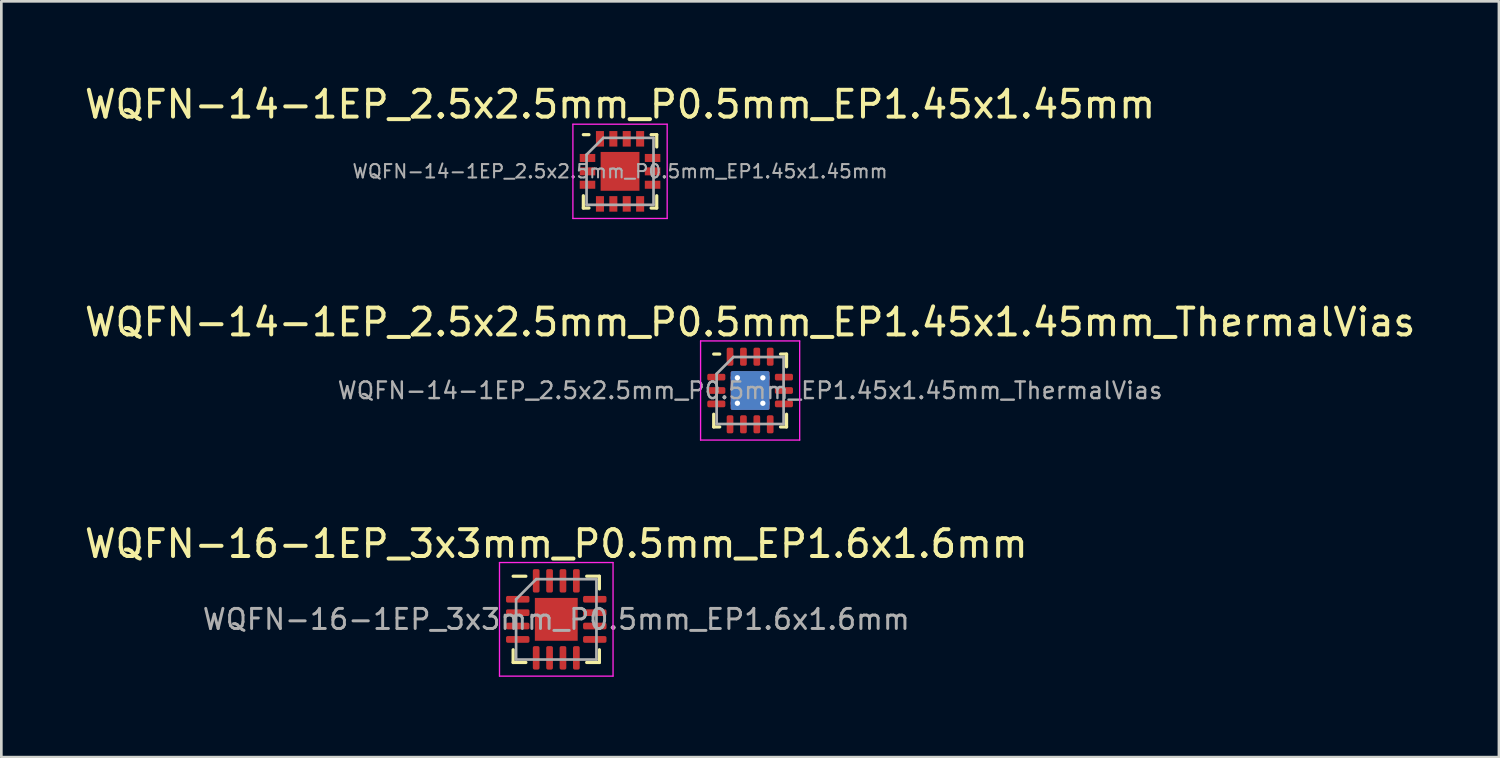
<source format=kicad_pcb>
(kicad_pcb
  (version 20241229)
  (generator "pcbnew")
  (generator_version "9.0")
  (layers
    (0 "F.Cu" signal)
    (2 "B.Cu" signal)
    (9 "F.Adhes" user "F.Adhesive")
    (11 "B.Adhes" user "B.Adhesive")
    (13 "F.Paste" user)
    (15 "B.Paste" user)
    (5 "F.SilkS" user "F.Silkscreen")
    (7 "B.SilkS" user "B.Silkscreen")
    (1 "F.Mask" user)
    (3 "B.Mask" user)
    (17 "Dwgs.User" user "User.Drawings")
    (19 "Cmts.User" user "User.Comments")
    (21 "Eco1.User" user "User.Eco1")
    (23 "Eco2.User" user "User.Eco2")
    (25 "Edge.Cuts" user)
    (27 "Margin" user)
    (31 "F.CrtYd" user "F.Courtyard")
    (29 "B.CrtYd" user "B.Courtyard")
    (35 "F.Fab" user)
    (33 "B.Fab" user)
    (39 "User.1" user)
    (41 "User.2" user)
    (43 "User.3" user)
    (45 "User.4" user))
  (footprint "WQFN-14-1EP_2.5x2.5mm_P0.5mm_EP1.45x1.45mm_ThermalVias"
    (layer "F.Cu")
    (at 24.958 11.531)
    (property "Reference" "WQFN-14-1EP_2.5x2.5mm_P0.5mm_EP1.45x1.45mm_ThermalVias" (at 0 -2.55 0) (layer "F.SilkS") (effects (font (size 1 1) (thickness 0.15))))
    (attr smd)
    (fp_line (start -1.36 1.36) (end -1.36 0.885) (stroke (width 0.12) (type solid)) (layer "F.SilkS"))
    (fp_line (start -1.135 -1.36) (end -1.36 -1.36) (stroke (width 0.12) (type solid)) (layer "F.SilkS"))
    (fp_line (start -1.135 1.36) (end -1.36 1.36) (stroke (width 0.12) (type solid)) (layer "F.SilkS"))
    (fp_line (start 1.135 -1.36) (end 1.36 -1.36) (stroke (width 0.12) (type solid)) (layer "F.SilkS"))
    (fp_line (start 1.135 1.36) (end 1.36 1.36) (stroke (width 0.12) (type solid)) (layer "F.SilkS"))
    (fp_line (start 1.36 -1.36) (end 1.36 -0.885) (stroke (width 0.12) (type solid)) (layer "F.SilkS"))
    (fp_line (start 1.36 1.36) (end 1.36 0.885) (stroke (width 0.12) (type solid)) (layer "F.SilkS"))
    (fp_line (start -1.85 -1.85) (end -1.85 1.85) (stroke (width 0.05) (type solid)) (layer "F.CrtYd"))
    (fp_line (start -1.85 1.85) (end 1.85 1.85) (stroke (width 0.05) (type solid)) (layer "F.CrtYd"))
    (fp_line (start 1.85 -1.85) (end -1.85 -1.85) (stroke (width 0.05) (type solid)) (layer "F.CrtYd"))
    (fp_line (start 1.85 1.85) (end 1.85 -1.85) (stroke (width 0.05) (type solid)) (layer "F.CrtYd"))
    (fp_line (start -1.25 -0.625) (end -0.625 -1.25) (stroke (width 0.1) (type solid)) (layer "F.Fab"))
    (fp_line (start -1.25 1.25) (end -1.25 -0.625) (stroke (width 0.1) (type solid)) (layer "F.Fab"))
    (fp_line (start -0.625 -1.25) (end 1.25 -1.25) (stroke (width 0.1) (type solid)) (layer "F.Fab"))
    (fp_line (start 1.25 -1.25) (end 1.25 1.25) (stroke (width 0.1) (type solid)) (layer "F.Fab"))
    (fp_line (start 1.25 1.25) (end -1.25 1.25) (stroke (width 0.1) (type solid)) (layer "F.Fab"))
    (fp_text user "${REFERENCE}" (at 0 0 0) (layer "F.Fab") (effects (font (size 0.62 0.62) (thickness 0.09))))
    (pad "" smd roundrect (at -0.36 -0.36) (size 0.61 0.61) (layers "F.Paste") (roundrect_rratio 0.25))
    (pad "" smd roundrect (at -0.36 0.36) (size 0.61 0.61) (layers "F.Paste") (roundrect_rratio 0.25))
    (pad "" smd roundrect (at 0.36 -0.36) (size 0.61 0.61) (layers "F.Paste") (roundrect_rratio 0.25))
    (pad "" smd roundrect (at 0.36 0.36) (size 0.61 0.61) (layers "F.Paste") (roundrect_rratio 0.25))
    (pad "1" smd roundrect (at -1.262 -0.5) (size 0.675 0.25) (layers "F.Cu" "F.Mask" "F.Paste") (roundrect_rratio 0.25))
    (pad "2" smd roundrect (at -1.262 0) (size 0.675 0.25) (layers "F.Cu" "F.Mask" "F.Paste") (roundrect_rratio 0.25))
    (pad "3" smd roundrect (at -1.262 0.5) (size 0.675 0.25) (layers "F.Cu" "F.Mask" "F.Paste") (roundrect_rratio 0.25))
    (pad "4" smd roundrect (at -0.75 1.262) (size 0.25 0.675) (layers "F.Cu" "F.Mask" "F.Paste") (roundrect_rratio 0.25))
    (pad "5" smd roundrect (at -0.25 1.262) (size 0.25 0.675) (layers "F.Cu" "F.Mask" "F.Paste") (roundrect_rratio 0.25))
    (pad "6" smd roundrect (at 0.25 1.262) (size 0.25 0.675) (layers "F.Cu" "F.Mask" "F.Paste") (roundrect_rratio 0.25))
    (pad "7" smd roundrect (at 0.75 1.262) (size 0.25 0.675) (layers "F.Cu" "F.Mask" "F.Paste") (roundrect_rratio 0.25))
    (pad "8" smd roundrect (at 1.262 0.5) (size 0.675 0.25) (layers "F.Cu" "F.Mask" "F.Paste") (roundrect_rratio 0.25))
    (pad "9" smd roundrect (at 1.262 0) (size 0.675 0.25) (layers "F.Cu" "F.Mask" "F.Paste") (roundrect_rratio 0.25))
    (pad "10" smd roundrect (at 1.262 -0.5) (size 0.675 0.25) (layers "F.Cu" "F.Mask" "F.Paste") (roundrect_rratio 0.25))
    (pad "11" smd roundrect (at 0.75 -1.262) (size 0.25 0.675) (layers "F.Cu" "F.Mask" "F.Paste") (roundrect_rratio 0.25))
    (pad "12" smd roundrect (at 0.25 -1.262) (size 0.25 0.675) (layers "F.Cu" "F.Mask" "F.Paste") (roundrect_rratio 0.25))
    (pad "13" smd roundrect (at -0.25 -1.262) (size 0.25 0.675) (layers "F.Cu" "F.Mask" "F.Paste") (roundrect_rratio 0.25))
    (pad "14" smd roundrect (at -0.75 -1.262) (size 0.25 0.675) (layers "F.Cu" "F.Mask" "F.Paste") (roundrect_rratio 0.25))
    (pad "15" thru_hole circle (at -0.475 -0.475) (size 0.5 0.5) (drill 0.2) (layers "*.Cu"))
    (pad "15" thru_hole circle (at -0.475 0.475) (size 0.5 0.5) (drill 0.2) (layers "*.Cu"))
    (pad "15" smd roundrect (at 0 0) (size 1.45 1.45) (layers "F.Cu" "F.Mask") (roundrect_rratio 0.043))
    (pad "15" smd roundrect (at 0 0) (size 1.45 1.45) (layers "B.Cu") (roundrect_rratio 0.043))
    (pad "15" thru_hole circle (at 0.475 -0.475) (size 0.5 0.5) (drill 0.2) (layers "*.Cu"))
    (pad "15" thru_hole circle (at 0.475 0.475) (size 0.5 0.5) (drill 0.2) (layers "*.Cu")))
  (footprint "WQFN-14-1EP_2.5x2.5mm_P0.5mm_EP1.45x1.45mm"
    (layer "F.Cu")
    (at 20.101 3.348)
    (property "Reference" "WQFN-14-1EP_2.5x2.5mm_P0.5mm_EP1.45x1.45mm" (at 0 -2.5 0) (layer "F.SilkS") (effects (font (size 1 1) (thickness 0.15))))
    (attr smd)
    (fp_line (start -1.37 1.37) (end -1.37 0.91) (stroke (width 0.12) (type solid)) (layer "F.SilkS"))
    (fp_line (start -1.16 -1.37) (end -1.37 -1.37) (stroke (width 0.12) (type solid)) (layer "F.SilkS"))
    (fp_line (start -1.16 1.37) (end -1.37 1.37) (stroke (width 0.12) (type solid)) (layer "F.SilkS"))
    (fp_line (start 1.16 -1.37) (end 1.37 -1.37) (stroke (width 0.12) (type solid)) (layer "F.SilkS"))
    (fp_line (start 1.16 1.37) (end 1.37 1.37) (stroke (width 0.12) (type solid)) (layer "F.SilkS"))
    (fp_line (start 1.37 -1.37) (end 1.37 -0.91) (stroke (width 0.12) (type solid)) (layer "F.SilkS"))
    (fp_line (start 1.37 1.37) (end 1.37 0.91) (stroke (width 0.12) (type solid)) (layer "F.SilkS"))
    (fp_line (start -1.76 -1.76) (end 1.76 -1.76) (stroke (width 0.05) (type solid)) (layer "F.CrtYd"))
    (fp_line (start -1.76 1.76) (end -1.76 -1.76) (stroke (width 0.05) (type solid)) (layer "F.CrtYd"))
    (fp_line (start 1.76 -1.76) (end 1.76 1.76) (stroke (width 0.05) (type solid)) (layer "F.CrtYd"))
    (fp_line (start 1.76 1.76) (end -1.76 1.76) (stroke (width 0.05) (type solid)) (layer "F.CrtYd"))
    (fp_line (start -1.25 -0.625) (end -1.25 1.25) (stroke (width 0.1) (type solid)) (layer "F.Fab"))
    (fp_line (start -1.25 1.25) (end 1.25 1.25) (stroke (width 0.1) (type solid)) (layer "F.Fab"))
    (fp_line (start -0.625 -1.25) (end -1.25 -0.625) (stroke (width 0.1) (type solid)) (layer "F.Fab"))
    (fp_line (start 1.25 -1.25) (end -0.625 -1.25) (stroke (width 0.1) (type solid)) (layer "F.Fab"))
    (fp_line (start 1.25 1.25) (end 1.25 -1.25) (stroke (width 0.1) (type solid)) (layer "F.Fab"))
    (fp_text user "${REFERENCE}" (at 0 0 0) (layer "F.Fab") (effects (font (size 0.5 0.5) (thickness 0.075))))
    (pad "" smd rect (at -0.362 -0.362) (size 0.55 0.55) (layers "F.Paste"))
    (pad "" smd rect (at -0.362 0.362) (size 0.55 0.55) (layers "F.Paste"))
    (pad "" smd rect (at 0.362 -0.362) (size 0.55 0.55) (layers "F.Paste"))
    (pad "" smd rect (at 0.362 0.362) (size 0.55 0.55) (layers "F.Paste"))
    (pad "1" smd rect (at -1.215 -0.5) (size 0.58 0.3) (layers "F.Cu" "F.Mask" "F.Paste"))
    (pad "2" smd rect (at -1.215 0) (size 0.58 0.3) (layers "F.Cu" "F.Mask" "F.Paste"))
    (pad "3" smd rect (at -1.215 0.5) (size 0.58 0.3) (layers "F.Cu" "F.Mask" "F.Paste"))
    (pad "4" smd rect (at -0.75 1.215) (size 0.3 0.58) (layers "F.Cu" "F.Mask" "F.Paste"))
    (pad "5" smd rect (at -0.25 1.215) (size 0.3 0.58) (layers "F.Cu" "F.Mask" "F.Paste"))
    (pad "6" smd rect (at 0.25 1.215) (size 0.3 0.58) (layers "F.Cu" "F.Mask" "F.Paste"))
    (pad "7" smd rect (at 0.75 1.215) (size 0.3 0.58) (layers "F.Cu" "F.Mask" "F.Paste"))
    (pad "8" smd rect (at 1.215 0.5) (size 0.58 0.3) (layers "F.Cu" "F.Mask" "F.Paste"))
    (pad "9" smd rect (at 1.215 0) (size 0.58 0.3) (layers "F.Cu" "F.Mask" "F.Paste"))
    (pad "10" smd rect (at 1.215 -0.5) (size 0.58 0.3) (layers "F.Cu" "F.Mask" "F.Paste"))
    (pad "11" smd rect (at 0.75 -1.215) (size 0.3 0.58) (layers "F.Cu" "F.Mask" "F.Paste"))
    (pad "12" smd rect (at 0.25 -1.215) (size 0.3 0.58) (layers "F.Cu" "F.Mask" "F.Paste"))
    (pad "13" smd rect (at -0.25 -1.215) (size 0.3 0.58) (layers "F.Cu" "F.Mask" "F.Paste"))
    (pad "14" smd rect (at -0.75 -1.215) (size 0.3 0.58) (layers "F.Cu" "F.Mask" "F.Paste"))
    (pad "15" smd rect (at 0 0) (size 1.45 1.45) (layers "F.Cu" "F.Mask")))
  (footprint "WQFN-16-1EP_3x3mm_P0.5mm_EP1.6x1.6mm"
    (layer "F.Cu")
    (at 17.72 20.075)
    (property "Reference" "WQFN-16-1EP_3x3mm_P0.5mm_EP1.6x1.6mm" (at 0 -2.82 0) (layer "F.SilkS") (effects (font (size 1 1) (thickness 0.15))))
    (attr smd)
    (fp_line (start -1.61 1.61) (end -1.61 1.135) (stroke (width 0.12) (type solid)) (layer "F.SilkS"))
    (fp_line (start -1.135 -1.61) (end -1.61 -1.61) (stroke (width 0.12) (type solid)) (layer "F.SilkS"))
    (fp_line (start -1.135 1.61) (end -1.61 1.61) (stroke (width 0.12) (type solid)) (layer "F.SilkS"))
    (fp_line (start 1.135 -1.61) (end 1.61 -1.61) (stroke (width 0.12) (type solid)) (layer "F.SilkS"))
    (fp_line (start 1.135 1.61) (end 1.61 1.61) (stroke (width 0.12) (type solid)) (layer "F.SilkS"))
    (fp_line (start 1.61 -1.61) (end 1.61 -1.135) (stroke (width 0.12) (type solid)) (layer "F.SilkS"))
    (fp_line (start 1.61 1.61) (end 1.61 1.135) (stroke (width 0.12) (type solid)) (layer "F.SilkS"))
    (fp_line (start -2.12 -2.12) (end -2.12 2.12) (stroke (width 0.05) (type solid)) (layer "F.CrtYd"))
    (fp_line (start -2.12 2.12) (end 2.12 2.12) (stroke (width 0.05) (type solid)) (layer "F.CrtYd"))
    (fp_line (start 2.12 -2.12) (end -2.12 -2.12) (stroke (width 0.05) (type solid)) (layer "F.CrtYd"))
    (fp_line (start 2.12 2.12) (end 2.12 -2.12) (stroke (width 0.05) (type solid)) (layer "F.CrtYd"))
    (fp_line (start -1.5 -0.75) (end -0.75 -1.5) (stroke (width 0.1) (type solid)) (layer "F.Fab"))
    (fp_line (start -1.5 1.5) (end -1.5 -0.75) (stroke (width 0.1) (type solid)) (layer "F.Fab"))
    (fp_line (start -0.75 -1.5) (end 1.5 -1.5) (stroke (width 0.1) (type solid)) (layer "F.Fab"))
    (fp_line (start 1.5 -1.5) (end 1.5 1.5) (stroke (width 0.1) (type solid)) (layer "F.Fab"))
    (fp_line (start 1.5 1.5) (end -1.5 1.5) (stroke (width 0.1) (type solid)) (layer "F.Fab"))
    (fp_text user "${REFERENCE}" (at 0 0 0) (layer "F.Fab") (effects (font (size 0.75 0.75) (thickness 0.11))))
    (pad "" smd roundrect (at -0.4 -0.4) (size 0.64 0.64) (layers "F.Paste") (roundrect_rratio 0.25))
    (pad "" smd roundrect (at -0.4 0.4) (size 0.64 0.64) (layers "F.Paste") (roundrect_rratio 0.25))
    (pad "" smd roundrect (at 0.4 -0.4) (size 0.64 0.64) (layers "F.Paste") (roundrect_rratio 0.25))
    (pad "" smd roundrect (at 0.4 0.4) (size 0.64 0.64) (layers "F.Paste") (roundrect_rratio 0.25))
    (pad "1" smd roundrect (at -1.438 -0.75) (size 0.875 0.25) (layers "F.Cu" "F.Mask" "F.Paste") (roundrect_rratio 0.25))
    (pad "2" smd roundrect (at -1.438 -0.25) (size 0.875 0.25) (layers "F.Cu" "F.Mask" "F.Paste") (roundrect_rratio 0.25))
    (pad "3" smd roundrect (at -1.438 0.25) (size 0.875 0.25) (layers "F.Cu" "F.Mask" "F.Paste") (roundrect_rratio 0.25))
    (pad "4" smd roundrect (at -1.438 0.75) (size 0.875 0.25) (layers "F.Cu" "F.Mask" "F.Paste") (roundrect_rratio 0.25))
    (pad "5" smd roundrect (at -0.75 1.438) (size 0.25 0.875) (layers "F.Cu" "F.Mask" "F.Paste") (roundrect_rratio 0.25))
    (pad "6" smd roundrect (at -0.25 1.438) (size 0.25 0.875) (layers "F.Cu" "F.Mask" "F.Paste") (roundrect_rratio 0.25))
    (pad "7" smd roundrect (at 0.25 1.438) (size 0.25 0.875) (layers "F.Cu" "F.Mask" "F.Paste") (roundrect_rratio 0.25))
    (pad "8" smd roundrect (at 0.75 1.438) (size 0.25 0.875) (layers "F.Cu" "F.Mask" "F.Paste") (roundrect_rratio 0.25))
    (pad "9" smd roundrect (at 1.438 0.75) (size 0.875 0.25) (layers "F.Cu" "F.Mask" "F.Paste") (roundrect_rratio 0.25))
    (pad "10" smd roundrect (at 1.438 0.25) (size 0.875 0.25) (layers "F.Cu" "F.Mask" "F.Paste") (roundrect_rratio 0.25))
    (pad "11" smd roundrect (at 1.438 -0.25) (size 0.875 0.25) (layers "F.Cu" "F.Mask" "F.Paste") (roundrect_rratio 0.25))
    (pad "12" smd roundrect (at 1.438 -0.75) (size 0.875 0.25) (layers "F.Cu" "F.Mask" "F.Paste") (roundrect_rratio 0.25))
    (pad "13" smd roundrect (at 0.75 -1.438) (size 0.25 0.875) (layers "F.Cu" "F.Mask" "F.Paste") (roundrect_rratio 0.25))
    (pad "14" smd roundrect (at 0.25 -1.438) (size 0.25 0.875) (layers "F.Cu" "F.Mask" "F.Paste") (roundrect_rratio 0.25))
    (pad "15" smd roundrect (at -0.25 -1.438) (size 0.25 0.875) (layers "F.Cu" "F.Mask" "F.Paste") (roundrect_rratio 0.25))
    (pad "16" smd roundrect (at -0.75 -1.438) (size 0.25 0.875) (layers "F.Cu" "F.Mask" "F.Paste") (roundrect_rratio 0.25))
    (pad "17" smd rect (at 0 0) (size 1.6 1.6) (layers "F.Cu" "F.Mask")))
  (gr_rect
    (start -3 -3)
    (end 52.917 25.22)
    (stroke (width 0.1) (type default))
    (fill no)
    (layer "Edge.Cuts")))
</source>
